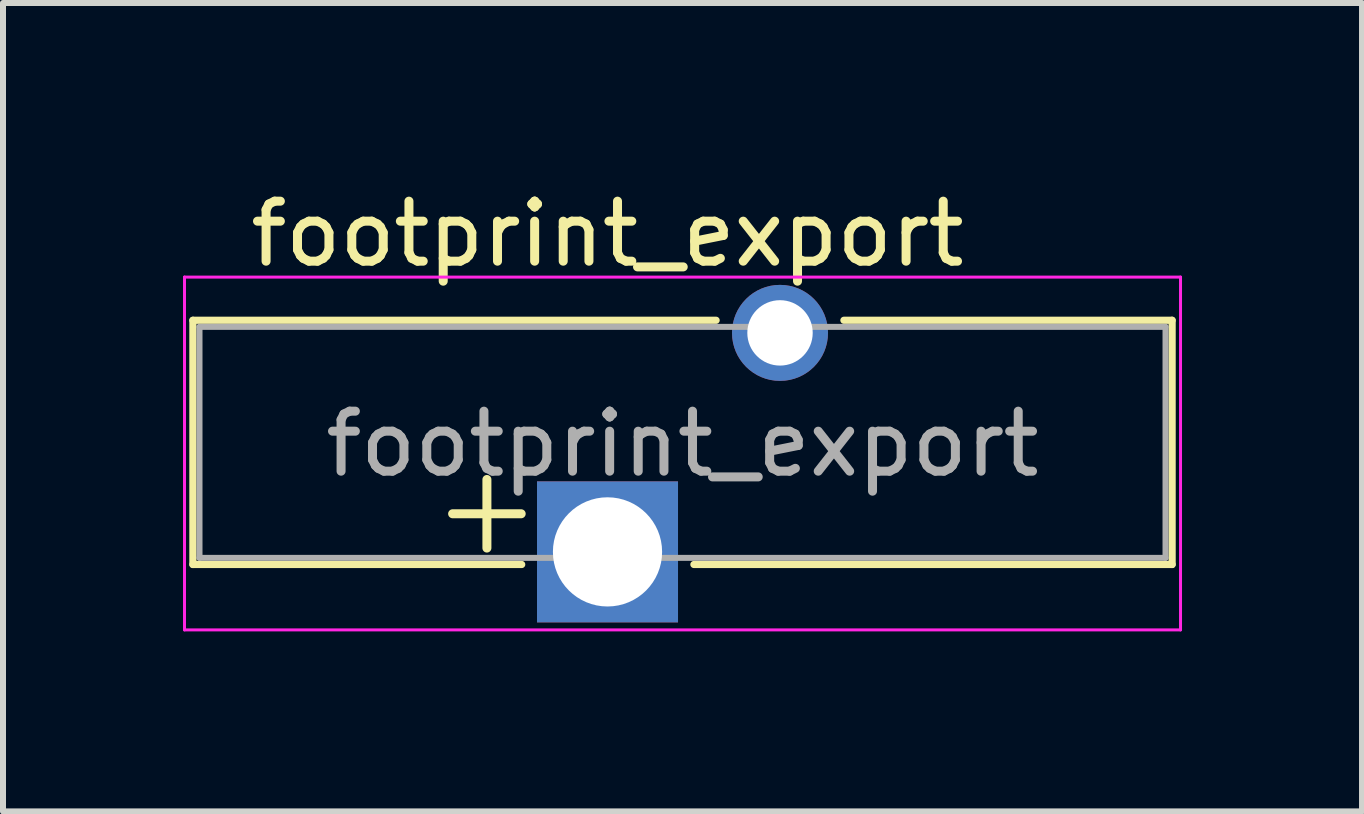
<source format=kicad_pcb>
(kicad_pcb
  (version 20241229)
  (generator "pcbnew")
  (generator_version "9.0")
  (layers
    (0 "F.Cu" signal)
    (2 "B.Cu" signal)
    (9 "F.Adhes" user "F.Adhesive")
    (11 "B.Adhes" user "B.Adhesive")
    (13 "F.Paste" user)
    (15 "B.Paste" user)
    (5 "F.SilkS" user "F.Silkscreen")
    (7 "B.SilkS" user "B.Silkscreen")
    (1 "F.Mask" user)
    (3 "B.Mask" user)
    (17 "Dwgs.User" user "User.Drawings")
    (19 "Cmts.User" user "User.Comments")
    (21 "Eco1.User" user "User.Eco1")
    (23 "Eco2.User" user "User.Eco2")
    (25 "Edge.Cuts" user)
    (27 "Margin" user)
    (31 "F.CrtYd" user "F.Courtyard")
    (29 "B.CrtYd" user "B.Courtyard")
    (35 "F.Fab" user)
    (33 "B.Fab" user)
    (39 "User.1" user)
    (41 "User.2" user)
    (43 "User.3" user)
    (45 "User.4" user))
  (footprint "footprint_export"
    (layer "F.Cu")
    (at 7.075 6.148)
    (property "Reference" "footprint_export" (at 0 -5.3 0) (layer "F.SilkS") (effects (font (size 1 1) (thickness 0.15))))
    (attr through_hole)
    (fp_line (start -6.91 -3.86) (end 1.81 -3.86) (stroke (width 0.12) (type solid)) (layer "F.SilkS"))
    (fp_line (start -6.91 0.21) (end -6.91 -3.86) (stroke (width 0.12) (type solid)) (layer "F.SilkS"))
    (fp_line (start -6.91 0.21) (end -1.43 0.21) (stroke (width 0.12) (type solid)) (layer "F.SilkS"))
    (fp_line (start 1.44 0.21) (end 9.41 0.21) (stroke (width 0.12) (type solid)) (layer "F.SilkS"))
    (fp_line (start 3.94 -3.86) (end 9.41 -3.86) (stroke (width 0.12) (type solid)) (layer "F.SilkS"))
    (fp_line (start 9.41 0.21) (end 9.41 -3.86) (stroke (width 0.12) (type solid)) (layer "F.SilkS"))
    (fp_line (start -7.05 -4.58) (end 9.55 -4.58) (stroke (width 0.05) (type solid)) (layer "F.CrtYd"))
    (fp_line (start -7.05 1.3) (end -7.05 -4.58) (stroke (width 0.05) (type solid)) (layer "F.CrtYd"))
    (fp_line (start -7.05 1.3) (end 9.55 1.3) (stroke (width 0.05) (type solid)) (layer "F.CrtYd"))
    (fp_line (start 9.55 1.3) (end 9.55 -4.58) (stroke (width 0.05) (type solid)) (layer "F.CrtYd"))
    (fp_line (start -6.8 -3.75) (end 9.3 -3.75) (stroke (width 0.1) (type solid)) (layer "F.Fab"))
    (fp_line (start -6.8 0.1) (end -6.8 -3.75) (stroke (width 0.1) (type solid)) (layer "F.Fab"))
    (fp_line (start -6.8 0.1) (end 9.3 0.1) (stroke (width 0.1) (type solid)) (layer "F.Fab"))
    (fp_line (start 9.3 0.1) (end 9.3 -3.75) (stroke (width 0.1) (type solid)) (layer "F.Fab"))
    (fp_text user "+" (at -2.01 -0.75 0) (layer "F.SilkS") (effects (font (size 1.5 1.5) (thickness 0.15))))
    (fp_text user "${REFERENCE}" (at 1.25 -1.8 180) (layer "F.Fab") (effects (font (size 1 1) (thickness 0.15))))
    (pad "1" thru_hole rect (at 0 0 90) (size 2.35 2.35) (drill 1.82) (layers "*.Cu" "*.Mask"))
    (pad "2" thru_hole circle (at 2.875 -3.65) (size 1.6 1.6) (drill 1.09) (layers "*.Cu" "*.Mask")))
  (gr_rect
    (start -3 -3)
    (end 19.65 10.473)
    (stroke (width 0.1) (type default))
    (fill no)
    (layer "Edge.Cuts")))
</source>
